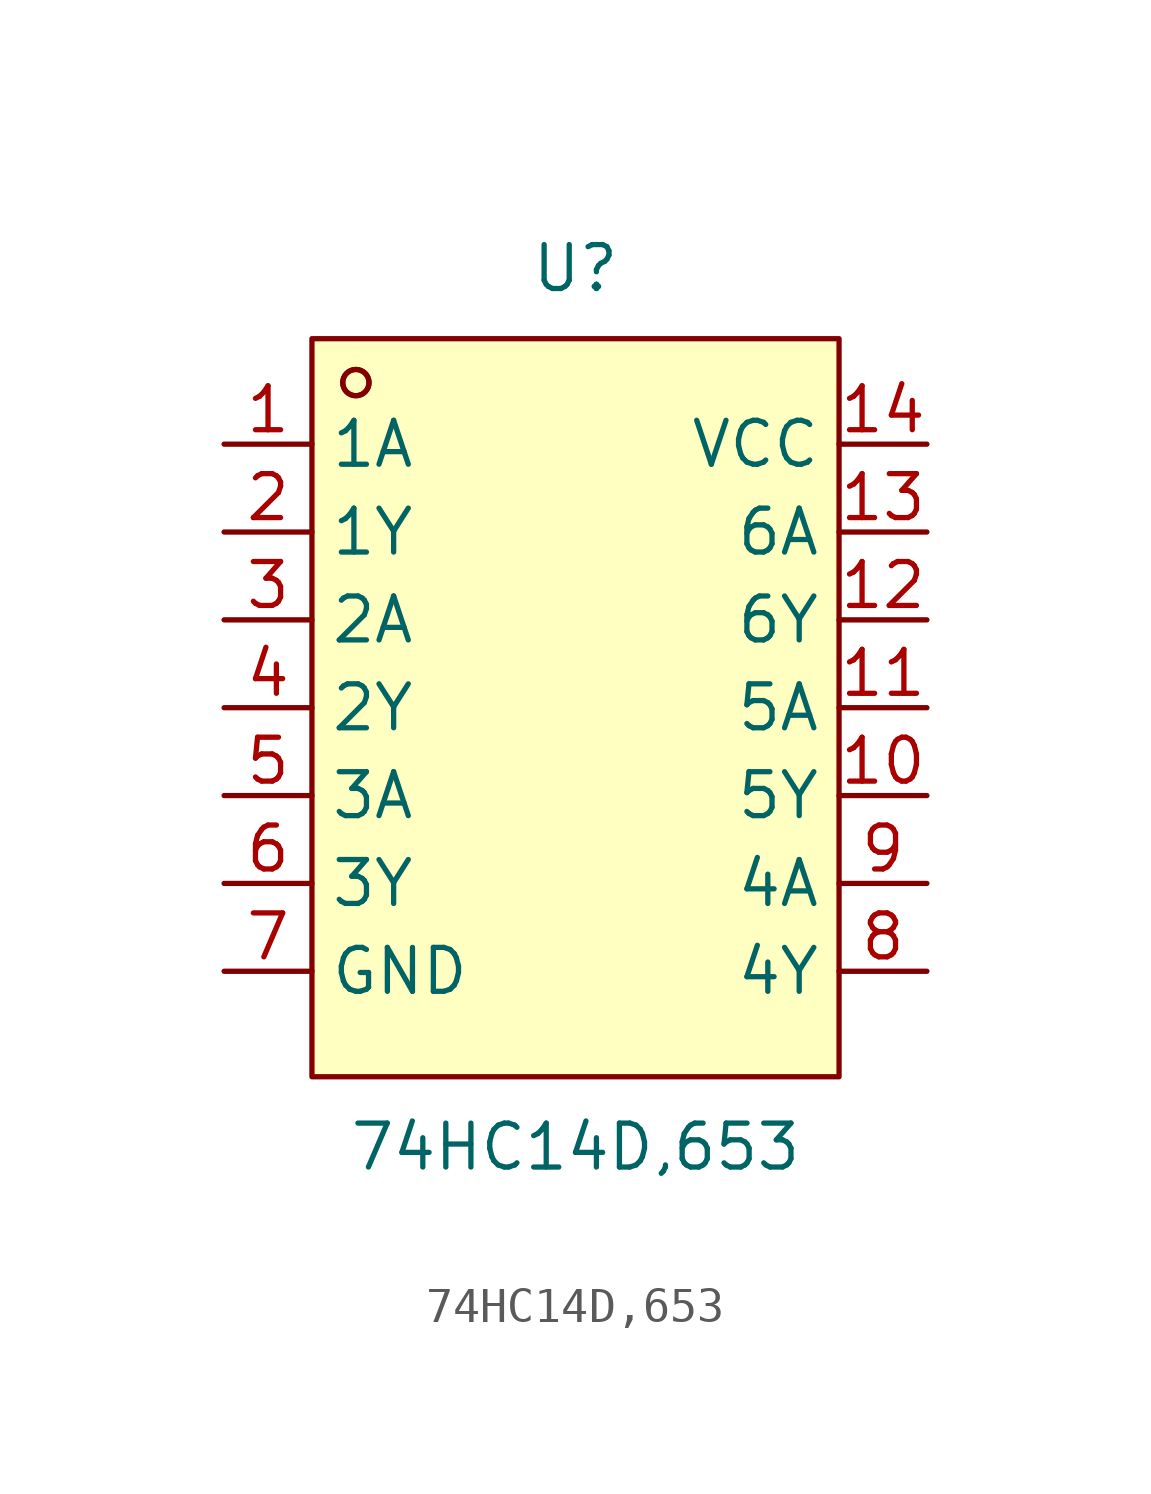
<source format=kicad_sym>
(kicad_symbol_lib
  (version 20211014)
  (generator https://github.com/uPesy/easyeda2kicad.py)
  (symbol "74HC14D,653"
    (property "Reference" "U"
      (at 0 12.70 0)
      (effects (font (size 1.27 1.27))))
    (property "Value" "74HC14D,653"
      (at 0 -12.70 0)
      (effects (font (size 1.27 1.27))))
    (symbol "74HC14D,653_0_1"
      (rectangle (start -7.62 10.67) (end 7.62 -10.67) (stroke (width 0) (type default) (color 0 0 0 0)) (fill (type background)))
      (circle (center -6.35 9.40) (radius 0.38) (stroke (width 0) (type default) (color 0 0 0 0)) (fill (type none)))
      (circle (center -6.35 9.40) (radius 0.38) (stroke (width 0) (type default) (color 0 0 0 0)) (fill (type none)))
      (pin unspecified line (at -10.16 7.62 0) (length 2.54) (name "1A" (effects (font (size 1.27 1.27)))) (number "1" (effects (font (size 1.27 1.27)))))
      (pin unspecified line (at -10.16 5.08 0) (length 2.54) (name "1Y" (effects (font (size 1.27 1.27)))) (number "2" (effects (font (size 1.27 1.27)))))
      (pin unspecified line (at -10.16 2.54 0) (length 2.54) (name "2A" (effects (font (size 1.27 1.27)))) (number "3" (effects (font (size 1.27 1.27)))))
      (pin unspecified line (at -10.16 -0.00 0) (length 2.54) (name "2Y" (effects (font (size 1.27 1.27)))) (number "4" (effects (font (size 1.27 1.27)))))
      (pin unspecified line (at -10.16 -2.54 0) (length 2.54) (name "3A" (effects (font (size 1.27 1.27)))) (number "5" (effects (font (size 1.27 1.27)))))
      (pin unspecified line (at -10.16 -5.08 0) (length 2.54) (name "3Y" (effects (font (size 1.27 1.27)))) (number "6" (effects (font (size 1.27 1.27)))))
      (pin unspecified line (at -10.16 -7.62 0) (length 2.54) (name "GND" (effects (font (size 1.27 1.27)))) (number "7" (effects (font (size 1.27 1.27)))))
      (pin unspecified line (at 10.16 -7.62 180) (length 2.54) (name "4Y" (effects (font (size 1.27 1.27)))) (number "8" (effects (font (size 1.27 1.27)))))
      (pin unspecified line (at 10.16 -5.08 180) (length 2.54) (name "4A" (effects (font (size 1.27 1.27)))) (number "9" (effects (font (size 1.27 1.27)))))
      (pin unspecified line (at 10.16 -2.54 180) (length 2.54) (name "5Y" (effects (font (size 1.27 1.27)))) (number "10" (effects (font (size 1.27 1.27)))))
      (pin unspecified line (at 10.16 -0.00 180) (length 2.54) (name "5A" (effects (font (size 1.27 1.27)))) (number "11" (effects (font (size 1.27 1.27)))))
      (pin unspecified line (at 10.16 2.54 180) (length 2.54) (name "6Y" (effects (font (size 1.27 1.27)))) (number "12" (effects (font (size 1.27 1.27)))))
      (pin unspecified line (at 10.16 5.08 180) (length 2.54) (name "6A" (effects (font (size 1.27 1.27)))) (number "13" (effects (font (size 1.27 1.27)))))
      (pin unspecified line (at 10.16 7.62 180) (length 2.54) (name "VCC" (effects (font (size 1.27 1.27)))) (number "14" (effects (font (size 1.27 1.27))))))))
</source>
